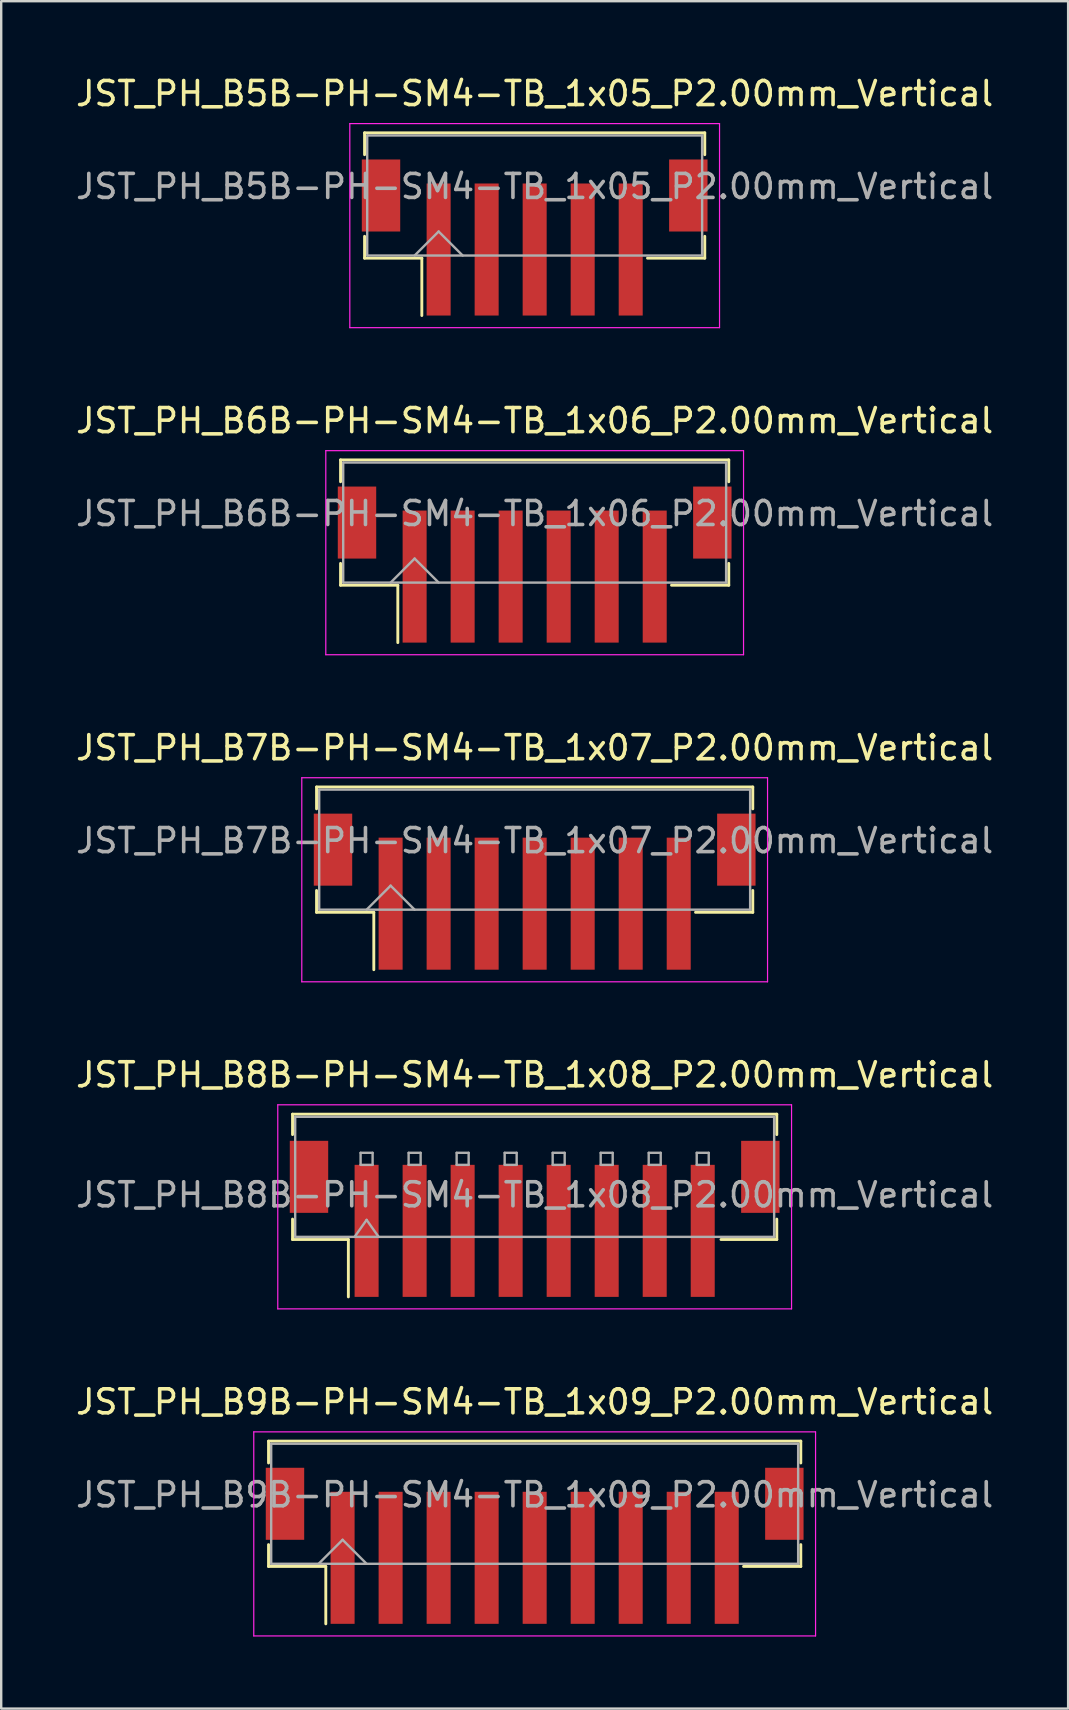
<source format=kicad_pcb>
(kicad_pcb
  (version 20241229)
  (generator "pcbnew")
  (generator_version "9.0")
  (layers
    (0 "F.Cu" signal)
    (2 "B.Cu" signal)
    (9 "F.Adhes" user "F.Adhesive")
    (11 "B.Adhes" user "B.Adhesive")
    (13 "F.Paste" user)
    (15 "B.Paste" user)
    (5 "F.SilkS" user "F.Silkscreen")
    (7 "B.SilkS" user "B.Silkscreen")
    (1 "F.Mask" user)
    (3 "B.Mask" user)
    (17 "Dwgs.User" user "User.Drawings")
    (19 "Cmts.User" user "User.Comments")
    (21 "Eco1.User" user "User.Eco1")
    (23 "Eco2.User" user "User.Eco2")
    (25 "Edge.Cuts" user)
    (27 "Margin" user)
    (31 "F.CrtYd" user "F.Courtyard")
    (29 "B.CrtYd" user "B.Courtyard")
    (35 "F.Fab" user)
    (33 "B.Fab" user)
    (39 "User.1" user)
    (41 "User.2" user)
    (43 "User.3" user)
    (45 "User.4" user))
  (footprint "JST_PH_B7B-PH-SM4-TB_1x07_P2.00mm_Vertical"
    (layer "F.Cu")
    (at 19.22 33.465)
    (property "Reference" "JST_PH_B7B-PH-SM4-TB_1x07_P2.00mm_Vertical" (at 0 -5.37 0) (layer "F.SilkS") (effects (font (size 1 1) (thickness 0.15))))
    (attr smd)
    (fp_line (start -9.085 -3.735) (end 9.085 -3.735) (stroke (width 0.12) (type solid)) (layer "F.SilkS"))
    (fp_line (start -9.085 -2.825) (end -9.085 -3.735) (stroke (width 0.12) (type solid)) (layer "F.SilkS"))
    (fp_line (start -9.085 0.575) (end -9.085 1.485) (stroke (width 0.12) (type solid)) (layer "F.SilkS"))
    (fp_line (start -9.085 1.485) (end -6.7 1.485) (stroke (width 0.12) (type solid)) (layer "F.SilkS"))
    (fp_line (start -6.7 1.485) (end -6.7 3.875) (stroke (width 0.12) (type solid)) (layer "F.SilkS"))
    (fp_line (start 9.085 -3.735) (end 9.085 -2.825) (stroke (width 0.12) (type solid)) (layer "F.SilkS"))
    (fp_line (start 9.085 0.575) (end 9.085 1.485) (stroke (width 0.12) (type solid)) (layer "F.SilkS"))
    (fp_line (start 9.085 1.485) (end 6.7 1.485) (stroke (width 0.12) (type solid)) (layer "F.SilkS"))
    (fp_line (start -9.7 -4.12) (end -9.7 4.38) (stroke (width 0.05) (type solid)) (layer "F.CrtYd"))
    (fp_line (start -9.7 4.38) (end 9.7 4.38) (stroke (width 0.05) (type solid)) (layer "F.CrtYd"))
    (fp_line (start 9.7 -4.12) (end -9.7 -4.12) (stroke (width 0.05) (type solid)) (layer "F.CrtYd"))
    (fp_line (start 9.7 4.38) (end 9.7 -4.12) (stroke (width 0.05) (type solid)) (layer "F.CrtYd"))
    (fp_line (start -8.975 -3.625) (end -8.975 1.375) (stroke (width 0.1) (type solid)) (layer "F.Fab"))
    (fp_line (start -8.975 1.375) (end 8.975 1.375) (stroke (width 0.1) (type solid)) (layer "F.Fab"))
    (fp_line (start -7 1.375) (end -6 0.375) (stroke (width 0.1) (type solid)) (layer "F.Fab"))
    (fp_line (start -6 0.375) (end -5 1.375) (stroke (width 0.1) (type solid)) (layer "F.Fab"))
    (fp_line (start 8.975 -3.625) (end -8.975 -3.625) (stroke (width 0.1) (type solid)) (layer "F.Fab"))
    (fp_line (start 8.975 1.375) (end 8.975 -3.625) (stroke (width 0.1) (type solid)) (layer "F.Fab"))
    (fp_text user "${REFERENCE}" (at 0 -1.5 0) (layer "F.Fab") (effects (font (size 1 1) (thickness 0.15))))
    (pad "" smd rect (at -8.4 -1.125) (size 1.6 3) (layers "F.Cu" "F.Mask" "F.Paste"))
    (pad "" smd rect (at 8.4 -1.125) (size 1.6 3) (layers "F.Cu" "F.Mask" "F.Paste"))
    (pad "1" smd rect (at -6 1.125) (size 1 5.5) (layers "F.Cu" "F.Mask" "F.Paste"))
    (pad "2" smd rect (at -4 1.125) (size 1 5.5) (layers "F.Cu" "F.Mask" "F.Paste"))
    (pad "3" smd rect (at -2 1.125) (size 1 5.5) (layers "F.Cu" "F.Mask" "F.Paste"))
    (pad "4" smd rect (at 0 1.125) (size 1 5.5) (layers "F.Cu" "F.Mask" "F.Paste"))
    (pad "5" smd rect (at 2 1.125) (size 1 5.5) (layers "F.Cu" "F.Mask" "F.Paste"))
    (pad "6" smd rect (at 4 1.125) (size 1 5.5) (layers "F.Cu" "F.Mask" "F.Paste"))
    (pad "7" smd rect (at 6 1.125) (size 1 5.5) (layers "F.Cu" "F.Mask" "F.Paste")))
  (footprint "JST_PH_B5B-PH-SM4-TB_1x05_P2.00mm_Vertical"
    (layer "F.Cu")
    (at 19.22 6.218)
    (property "Reference" "JST_PH_B5B-PH-SM4-TB_1x05_P2.00mm_Vertical" (at 0 -5.37 0) (layer "F.SilkS") (effects (font (size 1 1) (thickness 0.15))))
    (attr smd)
    (fp_line (start -7.085 -3.735) (end 7.085 -3.735) (stroke (width 0.12) (type solid)) (layer "F.SilkS"))
    (fp_line (start -7.085 -2.825) (end -7.085 -3.735) (stroke (width 0.12) (type solid)) (layer "F.SilkS"))
    (fp_line (start -7.085 0.575) (end -7.085 1.485) (stroke (width 0.12) (type solid)) (layer "F.SilkS"))
    (fp_line (start -7.085 1.485) (end -4.7 1.485) (stroke (width 0.12) (type solid)) (layer "F.SilkS"))
    (fp_line (start -4.7 1.485) (end -4.7 3.875) (stroke (width 0.12) (type solid)) (layer "F.SilkS"))
    (fp_line (start 7.085 -3.735) (end 7.085 -2.825) (stroke (width 0.12) (type solid)) (layer "F.SilkS"))
    (fp_line (start 7.085 0.575) (end 7.085 1.485) (stroke (width 0.12) (type solid)) (layer "F.SilkS"))
    (fp_line (start 7.085 1.485) (end 4.7 1.485) (stroke (width 0.12) (type solid)) (layer "F.SilkS"))
    (fp_line (start -7.7 -4.12) (end -7.7 4.38) (stroke (width 0.05) (type solid)) (layer "F.CrtYd"))
    (fp_line (start -7.7 4.38) (end 7.7 4.38) (stroke (width 0.05) (type solid)) (layer "F.CrtYd"))
    (fp_line (start 7.7 -4.12) (end -7.7 -4.12) (stroke (width 0.05) (type solid)) (layer "F.CrtYd"))
    (fp_line (start 7.7 4.38) (end 7.7 -4.12) (stroke (width 0.05) (type solid)) (layer "F.CrtYd"))
    (fp_line (start -6.975 -3.625) (end -6.975 1.375) (stroke (width 0.1) (type solid)) (layer "F.Fab"))
    (fp_line (start -6.975 1.375) (end 6.975 1.375) (stroke (width 0.1) (type solid)) (layer "F.Fab"))
    (fp_line (start -5 1.375) (end -4 0.375) (stroke (width 0.1) (type solid)) (layer "F.Fab"))
    (fp_line (start -4 0.375) (end -3 1.375) (stroke (width 0.1) (type solid)) (layer "F.Fab"))
    (fp_line (start 6.975 -3.625) (end -6.975 -3.625) (stroke (width 0.1) (type solid)) (layer "F.Fab"))
    (fp_line (start 6.975 1.375) (end 6.975 -3.625) (stroke (width 0.1) (type solid)) (layer "F.Fab"))
    (fp_text user "${REFERENCE}" (at 0 -1.5 0) (layer "F.Fab") (effects (font (size 1 1) (thickness 0.15))))
    (pad "" smd rect (at -6.4 -1.125) (size 1.6 3) (layers "F.Cu" "F.Mask" "F.Paste"))
    (pad "" smd rect (at 6.4 -1.125) (size 1.6 3) (layers "F.Cu" "F.Mask" "F.Paste"))
    (pad "1" smd rect (at -4 1.125) (size 1 5.5) (layers "F.Cu" "F.Mask" "F.Paste"))
    (pad "2" smd rect (at -2 1.125) (size 1 5.5) (layers "F.Cu" "F.Mask" "F.Paste"))
    (pad "3" smd rect (at 0 1.125) (size 1 5.5) (layers "F.Cu" "F.Mask" "F.Paste"))
    (pad "4" smd rect (at 2 1.125) (size 1 5.5) (layers "F.Cu" "F.Mask" "F.Paste"))
    (pad "5" smd rect (at 4 1.125) (size 1 5.5) (layers "F.Cu" "F.Mask" "F.Paste")))
  (footprint "JST_PH_B6B-PH-SM4-TB_1x06_P2.00mm_Vertical"
    (layer "F.Cu")
    (at 19.22 19.841)
    (property "Reference" "JST_PH_B6B-PH-SM4-TB_1x06_P2.00mm_Vertical" (at 0 -5.37 0) (layer "F.SilkS") (effects (font (size 1 1) (thickness 0.15))))
    (attr smd)
    (fp_line (start -8.085 -3.735) (end 8.085 -3.735) (stroke (width 0.12) (type solid)) (layer "F.SilkS"))
    (fp_line (start -8.085 -2.825) (end -8.085 -3.735) (stroke (width 0.12) (type solid)) (layer "F.SilkS"))
    (fp_line (start -8.085 0.575) (end -8.085 1.485) (stroke (width 0.12) (type solid)) (layer "F.SilkS"))
    (fp_line (start -8.085 1.485) (end -5.7 1.485) (stroke (width 0.12) (type solid)) (layer "F.SilkS"))
    (fp_line (start -5.7 1.485) (end -5.7 3.875) (stroke (width 0.12) (type solid)) (layer "F.SilkS"))
    (fp_line (start 8.085 -3.735) (end 8.085 -2.825) (stroke (width 0.12) (type solid)) (layer "F.SilkS"))
    (fp_line (start 8.085 0.575) (end 8.085 1.485) (stroke (width 0.12) (type solid)) (layer "F.SilkS"))
    (fp_line (start 8.085 1.485) (end 5.7 1.485) (stroke (width 0.12) (type solid)) (layer "F.SilkS"))
    (fp_line (start -8.7 -4.12) (end -8.7 4.38) (stroke (width 0.05) (type solid)) (layer "F.CrtYd"))
    (fp_line (start -8.7 4.38) (end 8.7 4.38) (stroke (width 0.05) (type solid)) (layer "F.CrtYd"))
    (fp_line (start 8.7 -4.12) (end -8.7 -4.12) (stroke (width 0.05) (type solid)) (layer "F.CrtYd"))
    (fp_line (start 8.7 4.38) (end 8.7 -4.12) (stroke (width 0.05) (type solid)) (layer "F.CrtYd"))
    (fp_line (start -7.975 -3.625) (end -7.975 1.375) (stroke (width 0.1) (type solid)) (layer "F.Fab"))
    (fp_line (start -7.975 1.375) (end 7.975 1.375) (stroke (width 0.1) (type solid)) (layer "F.Fab"))
    (fp_line (start -6 1.375) (end -5 0.375) (stroke (width 0.1) (type solid)) (layer "F.Fab"))
    (fp_line (start -5 0.375) (end -4 1.375) (stroke (width 0.1) (type solid)) (layer "F.Fab"))
    (fp_line (start 7.975 -3.625) (end -7.975 -3.625) (stroke (width 0.1) (type solid)) (layer "F.Fab"))
    (fp_line (start 7.975 1.375) (end 7.975 -3.625) (stroke (width 0.1) (type solid)) (layer "F.Fab"))
    (fp_text user "${REFERENCE}" (at 0 -1.5 0) (layer "F.Fab") (effects (font (size 1 1) (thickness 0.15))))
    (pad "" smd rect (at -7.4 -1.125) (size 1.6 3) (layers "F.Cu" "F.Mask" "F.Paste"))
    (pad "" smd rect (at 7.4 -1.125) (size 1.6 3) (layers "F.Cu" "F.Mask" "F.Paste"))
    (pad "1" smd rect (at -5 1.125) (size 1 5.5) (layers "F.Cu" "F.Mask" "F.Paste"))
    (pad "2" smd rect (at -3 1.125) (size 1 5.5) (layers "F.Cu" "F.Mask" "F.Paste"))
    (pad "3" smd rect (at -1 1.125) (size 1 5.5) (layers "F.Cu" "F.Mask" "F.Paste"))
    (pad "4" smd rect (at 1 1.125) (size 1 5.5) (layers "F.Cu" "F.Mask" "F.Paste"))
    (pad "5" smd rect (at 3 1.125) (size 1 5.5) (layers "F.Cu" "F.Mask" "F.Paste"))
    (pad "6" smd rect (at 5 1.125) (size 1 5.5) (layers "F.Cu" "F.Mask" "F.Paste")))
  (footprint "JST_PH_B8B-PH-SM4-TB_1x08_P2.00mm_Vertical"
    (layer "F.Cu")
    (at 19.22 47.718)
    (property "Reference" "JST_PH_B8B-PH-SM4-TB_1x08_P2.00mm_Vertical" (at 0 -6 0) (layer "F.SilkS") (effects (font (size 1 1) (thickness 0.15))))
    (attr smd)
    (fp_line (start -10.085 -4.36) (end 10.085 -4.36) (stroke (width 0.12) (type solid)) (layer "F.SilkS"))
    (fp_line (start -10.085 -3.51) (end -10.085 -4.36) (stroke (width 0.12) (type solid)) (layer "F.SilkS"))
    (fp_line (start -10.085 0.01) (end -10.085 0.86) (stroke (width 0.12) (type solid)) (layer "F.SilkS"))
    (fp_line (start -10.085 0.86) (end -7.76 0.86) (stroke (width 0.12) (type solid)) (layer "F.SilkS"))
    (fp_line (start -7.76 0.86) (end -7.76 3.25) (stroke (width 0.12) (type solid)) (layer "F.SilkS"))
    (fp_line (start 10.085 -4.36) (end 10.085 -3.51) (stroke (width 0.12) (type solid)) (layer "F.SilkS"))
    (fp_line (start 10.085 0.01) (end 10.085 0.86) (stroke (width 0.12) (type solid)) (layer "F.SilkS"))
    (fp_line (start 10.085 0.86) (end 7.76 0.86) (stroke (width 0.12) (type solid)) (layer "F.SilkS"))
    (fp_line (start -10.7 -4.75) (end -10.7 3.75) (stroke (width 0.05) (type solid)) (layer "F.CrtYd"))
    (fp_line (start -10.7 3.75) (end 10.7 3.75) (stroke (width 0.05) (type solid)) (layer "F.CrtYd"))
    (fp_line (start 10.7 -4.75) (end -10.7 -4.75) (stroke (width 0.05) (type solid)) (layer "F.CrtYd"))
    (fp_line (start 10.7 3.75) (end 10.7 -4.75) (stroke (width 0.05) (type solid)) (layer "F.CrtYd"))
    (fp_line (start -9.975 -4.25) (end 9.975 -4.25) (stroke (width 0.1) (type solid)) (layer "F.Fab"))
    (fp_line (start -9.975 0.75) (end -9.975 -4.25) (stroke (width 0.1) (type solid)) (layer "F.Fab"))
    (fp_line (start -9.975 0.75) (end 9.975 0.75) (stroke (width 0.1) (type solid)) (layer "F.Fab"))
    (fp_line (start -7.5 0.75) (end -7 0.043) (stroke (width 0.1) (type solid)) (layer "F.Fab"))
    (fp_line (start -7.25 -2.75) (end -7.25 -2.25) (stroke (width 0.1) (type solid)) (layer "F.Fab"))
    (fp_line (start -7.25 -2.25) (end -6.75 -2.25) (stroke (width 0.1) (type solid)) (layer "F.Fab"))
    (fp_line (start -7 0.043) (end -6.5 0.75) (stroke (width 0.1) (type solid)) (layer "F.Fab"))
    (fp_line (start -6.75 -2.75) (end -7.25 -2.75) (stroke (width 0.1) (type solid)) (layer "F.Fab"))
    (fp_line (start -6.75 -2.25) (end -6.75 -2.75) (stroke (width 0.1) (type solid)) (layer "F.Fab"))
    (fp_line (start -5.25 -2.75) (end -5.25 -2.25) (stroke (width 0.1) (type solid)) (layer "F.Fab"))
    (fp_line (start -5.25 -2.25) (end -4.75 -2.25) (stroke (width 0.1) (type solid)) (layer "F.Fab"))
    (fp_line (start -4.75 -2.75) (end -5.25 -2.75) (stroke (width 0.1) (type solid)) (layer "F.Fab"))
    (fp_line (start -4.75 -2.25) (end -4.75 -2.75) (stroke (width 0.1) (type solid)) (layer "F.Fab"))
    (fp_line (start -3.25 -2.75) (end -3.25 -2.25) (stroke (width 0.1) (type solid)) (layer "F.Fab"))
    (fp_line (start -3.25 -2.25) (end -2.75 -2.25) (stroke (width 0.1) (type solid)) (layer "F.Fab"))
    (fp_line (start -2.75 -2.75) (end -3.25 -2.75) (stroke (width 0.1) (type solid)) (layer "F.Fab"))
    (fp_line (start -2.75 -2.25) (end -2.75 -2.75) (stroke (width 0.1) (type solid)) (layer "F.Fab"))
    (fp_line (start -1.25 -2.75) (end -1.25 -2.25) (stroke (width 0.1) (type solid)) (layer "F.Fab"))
    (fp_line (start -1.25 -2.25) (end -0.75 -2.25) (stroke (width 0.1) (type solid)) (layer "F.Fab"))
    (fp_line (start -0.75 -2.75) (end -1.25 -2.75) (stroke (width 0.1) (type solid)) (layer "F.Fab"))
    (fp_line (start -0.75 -2.25) (end -0.75 -2.75) (stroke (width 0.1) (type solid)) (layer "F.Fab"))
    (fp_line (start 0.75 -2.75) (end 0.75 -2.25) (stroke (width 0.1) (type solid)) (layer "F.Fab"))
    (fp_line (start 0.75 -2.25) (end 1.25 -2.25) (stroke (width 0.1) (type solid)) (layer "F.Fab"))
    (fp_line (start 1.25 -2.75) (end 0.75 -2.75) (stroke (width 0.1) (type solid)) (layer "F.Fab"))
    (fp_line (start 1.25 -2.25) (end 1.25 -2.75) (stroke (width 0.1) (type solid)) (layer "F.Fab"))
    (fp_line (start 2.75 -2.75) (end 2.75 -2.25) (stroke (width 0.1) (type solid)) (layer "F.Fab"))
    (fp_line (start 2.75 -2.25) (end 3.25 -2.25) (stroke (width 0.1) (type solid)) (layer "F.Fab"))
    (fp_line (start 3.25 -2.75) (end 2.75 -2.75) (stroke (width 0.1) (type solid)) (layer "F.Fab"))
    (fp_line (start 3.25 -2.25) (end 3.25 -2.75) (stroke (width 0.1) (type solid)) (layer "F.Fab"))
    (fp_line (start 4.75 -2.75) (end 4.75 -2.25) (stroke (width 0.1) (type solid)) (layer "F.Fab"))
    (fp_line (start 4.75 -2.25) (end 5.25 -2.25) (stroke (width 0.1) (type solid)) (layer "F.Fab"))
    (fp_line (start 5.25 -2.75) (end 4.75 -2.75) (stroke (width 0.1) (type solid)) (layer "F.Fab"))
    (fp_line (start 5.25 -2.25) (end 5.25 -2.75) (stroke (width 0.1) (type solid)) (layer "F.Fab"))
    (fp_line (start 6.75 -2.75) (end 6.75 -2.25) (stroke (width 0.1) (type solid)) (layer "F.Fab"))
    (fp_line (start 6.75 -2.25) (end 7.25 -2.25) (stroke (width 0.1) (type solid)) (layer "F.Fab"))
    (fp_line (start 7.25 -2.75) (end 6.75 -2.75) (stroke (width 0.1) (type solid)) (layer "F.Fab"))
    (fp_line (start 7.25 -2.25) (end 7.25 -2.75) (stroke (width 0.1) (type solid)) (layer "F.Fab"))
    (fp_line (start 9.975 0.75) (end 9.975 -4.25) (stroke (width 0.1) (type solid)) (layer "F.Fab"))
    (fp_text user "${REFERENCE}" (at 0 -1 0) (layer "F.Fab") (effects (font (size 1 1) (thickness 0.15))))
    (pad "" smd rect (at -9.4 -1.75) (size 1.6 3) (layers "F.Cu" "F.Mask" "F.Paste"))
    (pad "" smd rect (at 9.4 -1.75) (size 1.6 3) (layers "F.Cu" "F.Mask" "F.Paste"))
    (pad "1" smd rect (at -7 0.5) (size 1 5.5) (layers "F.Cu" "F.Mask" "F.Paste"))
    (pad "2" smd rect (at -5 0.5) (size 1 5.5) (layers "F.Cu" "F.Mask" "F.Paste"))
    (pad "3" smd rect (at -3 0.5) (size 1 5.5) (layers "F.Cu" "F.Mask" "F.Paste"))
    (pad "4" smd rect (at -1 0.5) (size 1 5.5) (layers "F.Cu" "F.Mask" "F.Paste"))
    (pad "5" smd rect (at 1 0.5) (size 1 5.5) (layers "F.Cu" "F.Mask" "F.Paste"))
    (pad "6" smd rect (at 3 0.5) (size 1 5.5) (layers "F.Cu" "F.Mask" "F.Paste"))
    (pad "7" smd rect (at 5 0.5) (size 1 5.5) (layers "F.Cu" "F.Mask" "F.Paste"))
    (pad "8" smd rect (at 7 0.5) (size 1 5.5) (layers "F.Cu" "F.Mask" "F.Paste")))
  (footprint "JST_PH_B9B-PH-SM4-TB_1x09_P2.00mm_Vertical"
    (layer "F.Cu")
    (at 19.22 60.711)
    (property "Reference" "JST_PH_B9B-PH-SM4-TB_1x09_P2.00mm_Vertical" (at 0 -5.37 0) (layer "F.SilkS") (effects (font (size 1 1) (thickness 0.15))))
    (attr smd)
    (fp_line (start -11.085 -3.735) (end 11.085 -3.735) (stroke (width 0.12) (type solid)) (layer "F.SilkS"))
    (fp_line (start -11.085 -2.825) (end -11.085 -3.735) (stroke (width 0.12) (type solid)) (layer "F.SilkS"))
    (fp_line (start -11.085 0.575) (end -11.085 1.485) (stroke (width 0.12) (type solid)) (layer "F.SilkS"))
    (fp_line (start -11.085 1.485) (end -8.7 1.485) (stroke (width 0.12) (type solid)) (layer "F.SilkS"))
    (fp_line (start -8.7 1.485) (end -8.7 3.875) (stroke (width 0.12) (type solid)) (layer "F.SilkS"))
    (fp_line (start 11.085 -3.735) (end 11.085 -2.825) (stroke (width 0.12) (type solid)) (layer "F.SilkS"))
    (fp_line (start 11.085 0.575) (end 11.085 1.485) (stroke (width 0.12) (type solid)) (layer "F.SilkS"))
    (fp_line (start 11.085 1.485) (end 8.7 1.485) (stroke (width 0.12) (type solid)) (layer "F.SilkS"))
    (fp_line (start -11.7 -4.12) (end -11.7 4.38) (stroke (width 0.05) (type solid)) (layer "F.CrtYd"))
    (fp_line (start -11.7 4.38) (end 11.7 4.38) (stroke (width 0.05) (type solid)) (layer "F.CrtYd"))
    (fp_line (start 11.7 -4.12) (end -11.7 -4.12) (stroke (width 0.05) (type solid)) (layer "F.CrtYd"))
    (fp_line (start 11.7 4.38) (end 11.7 -4.12) (stroke (width 0.05) (type solid)) (layer "F.CrtYd"))
    (fp_line (start -10.975 -3.625) (end -10.975 1.375) (stroke (width 0.1) (type solid)) (layer "F.Fab"))
    (fp_line (start -10.975 1.375) (end 10.975 1.375) (stroke (width 0.1) (type solid)) (layer "F.Fab"))
    (fp_line (start -9 1.375) (end -8 0.375) (stroke (width 0.1) (type solid)) (layer "F.Fab"))
    (fp_line (start -8 0.375) (end -7 1.375) (stroke (width 0.1) (type solid)) (layer "F.Fab"))
    (fp_line (start 10.975 -3.625) (end -10.975 -3.625) (stroke (width 0.1) (type solid)) (layer "F.Fab"))
    (fp_line (start 10.975 1.375) (end 10.975 -3.625) (stroke (width 0.1) (type solid)) (layer "F.Fab"))
    (fp_text user "${REFERENCE}" (at 0 -1.5 0) (layer "F.Fab") (effects (font (size 1 1) (thickness 0.15))))
    (pad "" smd rect (at -10.4 -1.125) (size 1.6 3) (layers "F.Cu" "F.Mask" "F.Paste"))
    (pad "" smd rect (at 10.4 -1.125) (size 1.6 3) (layers "F.Cu" "F.Mask" "F.Paste"))
    (pad "1" smd rect (at -8 1.125) (size 1 5.5) (layers "F.Cu" "F.Mask" "F.Paste"))
    (pad "2" smd rect (at -6 1.125) (size 1 5.5) (layers "F.Cu" "F.Mask" "F.Paste"))
    (pad "3" smd rect (at -4 1.125) (size 1 5.5) (layers "F.Cu" "F.Mask" "F.Paste"))
    (pad "4" smd rect (at -2 1.125) (size 1 5.5) (layers "F.Cu" "F.Mask" "F.Paste"))
    (pad "5" smd rect (at 0 1.125) (size 1 5.5) (layers "F.Cu" "F.Mask" "F.Paste"))
    (pad "6" smd rect (at 2 1.125) (size 1 5.5) (layers "F.Cu" "F.Mask" "F.Paste"))
    (pad "7" smd rect (at 4 1.125) (size 1 5.5) (layers "F.Cu" "F.Mask" "F.Paste"))
    (pad "8" smd rect (at 6 1.125) (size 1 5.5) (layers "F.Cu" "F.Mask" "F.Paste"))
    (pad "9" smd rect (at 8 1.125) (size 1 5.5) (layers "F.Cu" "F.Mask" "F.Paste")))
  (gr_rect
    (start -3 -3)
    (end 41.44 68.116)
    (stroke (width 0.1) (type default))
    (fill no)
    (layer "Edge.Cuts")))
</source>
